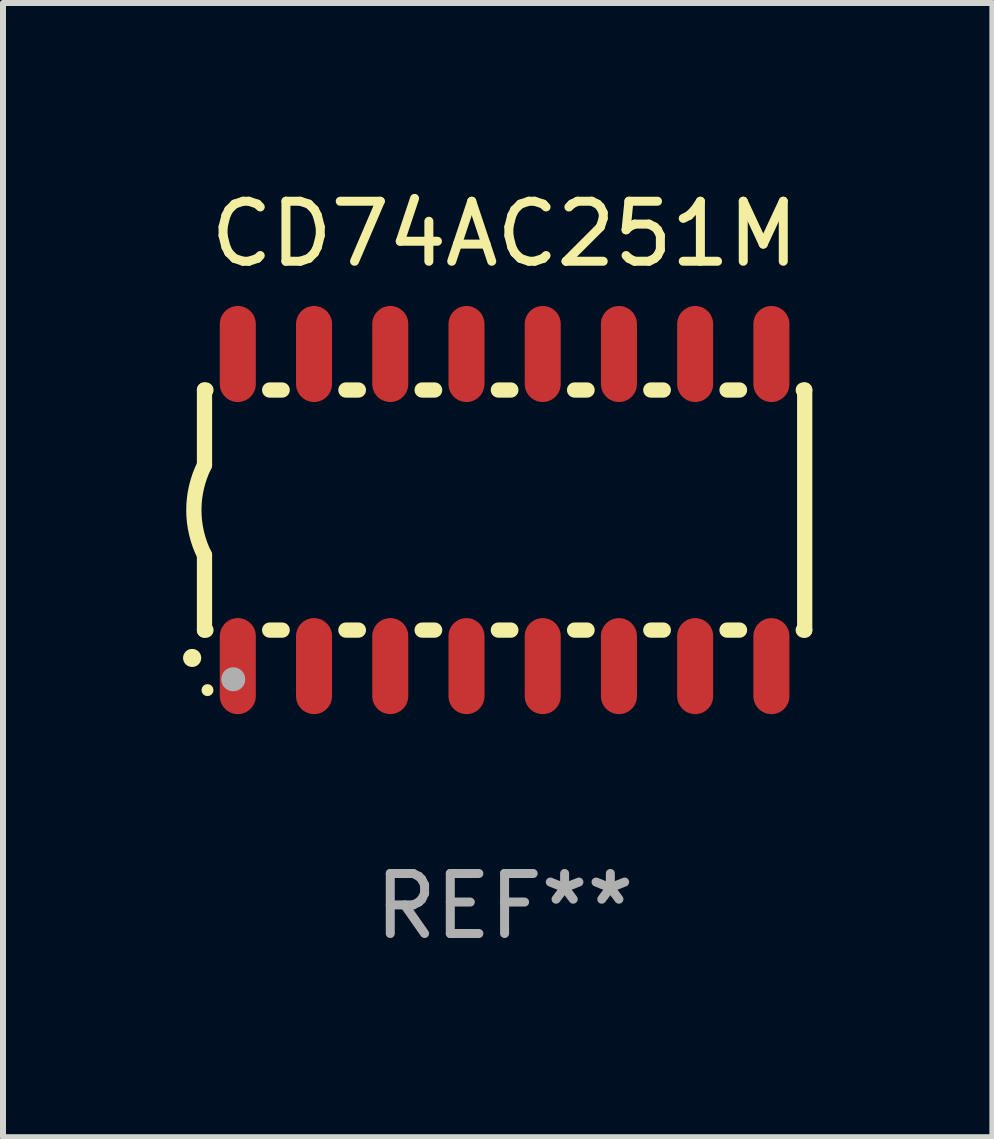
<source format=kicad_pcb>
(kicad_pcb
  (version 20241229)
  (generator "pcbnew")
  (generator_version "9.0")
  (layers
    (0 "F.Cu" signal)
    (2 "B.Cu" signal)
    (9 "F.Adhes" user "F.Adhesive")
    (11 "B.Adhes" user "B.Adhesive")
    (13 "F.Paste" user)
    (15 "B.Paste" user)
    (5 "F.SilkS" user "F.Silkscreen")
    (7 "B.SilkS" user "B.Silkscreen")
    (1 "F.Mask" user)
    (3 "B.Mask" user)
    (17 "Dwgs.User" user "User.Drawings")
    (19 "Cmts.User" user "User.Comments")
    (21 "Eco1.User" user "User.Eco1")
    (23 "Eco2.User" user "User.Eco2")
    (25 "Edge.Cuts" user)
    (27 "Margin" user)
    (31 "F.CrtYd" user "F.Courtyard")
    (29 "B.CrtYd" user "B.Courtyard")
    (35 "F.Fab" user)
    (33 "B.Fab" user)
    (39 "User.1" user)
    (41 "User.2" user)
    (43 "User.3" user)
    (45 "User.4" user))
  (footprint "CD74AC251M"
    (layer "F.Cu")
    (at 5.357 5.448)
    (property "Reference" "CD74AC251M" (at 0 -4.6 0) (layer "F.SilkS") (effects (font (size 1 1) (thickness 0.15))))
    (attr through_hole)
    (fp_line (start -5 -2) (end -5 -0.75) (stroke (width 0.254) (type solid)) (layer "F.SilkS"))
    (fp_line (start -5 -2) (end -4.976 -2) (stroke (width 0.254) (type solid)) (layer "F.SilkS"))
    (fp_line (start -5 2) (end -5 0.75) (stroke (width 0.254) (type solid)) (layer "F.SilkS"))
    (fp_line (start -5 2) (end -4.976 2) (stroke (width 0.254) (type solid)) (layer "F.SilkS"))
    (fp_line (start -3.914 -2) (end -3.706 -2) (stroke (width 0.254) (type solid)) (layer "F.SilkS"))
    (fp_line (start -3.914 2) (end -3.706 2) (stroke (width 0.254) (type solid)) (layer "F.SilkS"))
    (fp_line (start -2.644 -2) (end -2.436 -2) (stroke (width 0.254) (type solid)) (layer "F.SilkS"))
    (fp_line (start -2.644 2) (end -2.436 2) (stroke (width 0.254) (type solid)) (layer "F.SilkS"))
    (fp_line (start -1.374 -2) (end -1.166 -2) (stroke (width 0.254) (type solid)) (layer "F.SilkS"))
    (fp_line (start -1.374 2) (end -1.166 2) (stroke (width 0.254) (type solid)) (layer "F.SilkS"))
    (fp_line (start -0.104 -2) (end 0.104 -2) (stroke (width 0.254) (type solid)) (layer "F.SilkS"))
    (fp_line (start -0.104 2) (end 0.104 2) (stroke (width 0.254) (type solid)) (layer "F.SilkS"))
    (fp_line (start 1.166 -2) (end 1.374 -2) (stroke (width 0.254) (type solid)) (layer "F.SilkS"))
    (fp_line (start 1.166 2) (end 1.374 2) (stroke (width 0.254) (type solid)) (layer "F.SilkS"))
    (fp_line (start 2.436 -2) (end 2.644 -2) (stroke (width 0.254) (type solid)) (layer "F.SilkS"))
    (fp_line (start 2.436 2) (end 2.644 2) (stroke (width 0.254) (type solid)) (layer "F.SilkS"))
    (fp_line (start 3.706 -2) (end 3.914 -2) (stroke (width 0.254) (type solid)) (layer "F.SilkS"))
    (fp_line (start 3.706 2) (end 3.914 2) (stroke (width 0.254) (type solid)) (layer "F.SilkS"))
    (fp_line (start 4.976 -2) (end 5 -2) (stroke (width 0.254) (type solid)) (layer "F.SilkS"))
    (fp_line (start 4.976 2) (end 5 2) (stroke (width 0.254) (type solid)) (layer "F.SilkS"))
    (fp_line (start 5 2) (end 5 -2) (stroke (width 0.254) (type solid)) (layer "F.SilkS"))
    (fp_arc (start -5.20701 2.46383) (mid -5.20574 2.463825) (end -5.20447 2.46383) (stroke (width 0.3) (type solid)) (layer "F.SilkS"))
    (fp_arc (start -5 0.751207) (mid -5.177192 0.00061) (end -5 -0.749987) (stroke (width 0.254001) (type solid)) (layer "F.SilkS"))
    (fp_circle (center -4.95 3) (end -4.9 3) (stroke (width 0.1) (type solid)) (fill no) (layer "F.SilkS"))
    (fp_circle (center -4.521 2.819) (end -4.421 2.819) (stroke (width 0.2) (type solid)) (fill no) (layer "F.Fab"))
    (fp_text user "REF**" (at 0 6.6 0) (layer "F.Fab") (effects (font (size 1 1) (thickness 0.15))))
    (pad "1" smd oval (at -4.445 2.6 180) (size 0.6 1.6) (layers "F.Cu" "F.Mask" "F.Paste"))
    (pad "2" smd oval (at -3.175 2.6 180) (size 0.6 1.6) (layers "F.Cu" "F.Mask" "F.Paste"))
    (pad "3" smd oval (at -1.905 2.6 180) (size 0.6 1.6) (layers "F.Cu" "F.Mask" "F.Paste"))
    (pad "4" smd oval (at -0.635 2.6 180) (size 0.6 1.6) (layers "F.Cu" "F.Mask" "F.Paste"))
    (pad "5" smd oval (at 0.635 2.6 180) (size 0.6 1.6) (layers "F.Cu" "F.Mask" "F.Paste"))
    (pad "6" smd oval (at 1.905 2.6 180) (size 0.6 1.6) (layers "F.Cu" "F.Mask" "F.Paste"))
    (pad "7" smd oval (at 3.175 2.6 180) (size 0.6 1.6) (layers "F.Cu" "F.Mask" "F.Paste"))
    (pad "8" smd oval (at 4.445 2.6 180) (size 0.6 1.6) (layers "F.Cu" "F.Mask" "F.Paste"))
    (pad "9" smd oval (at 4.445 -2.6 180) (size 0.6 1.6) (layers "F.Cu" "F.Mask" "F.Paste"))
    (pad "10" smd oval (at 3.175 -2.6 180) (size 0.6 1.6) (layers "F.Cu" "F.Mask" "F.Paste"))
    (pad "11" smd oval (at 1.905 -2.6 180) (size 0.6 1.6) (layers "F.Cu" "F.Mask" "F.Paste"))
    (pad "12" smd oval (at 0.635 -2.6 180) (size 0.6 1.6) (layers "F.Cu" "F.Mask" "F.Paste"))
    (pad "13" smd oval (at -0.635 -2.6 180) (size 0.6 1.6) (layers "F.Cu" "F.Mask" "F.Paste"))
    (pad "14" smd oval (at -1.905 -2.6 180) (size 0.6 1.6) (layers "F.Cu" "F.Mask" "F.Paste"))
    (pad "15" smd oval (at -3.175 -2.6 180) (size 0.6 1.6) (layers "F.Cu" "F.Mask" "F.Paste"))
    (pad "16" smd oval (at -4.445 -2.6 180) (size 0.6 1.6) (layers "F.Cu" "F.Mask" "F.Paste")))
  (gr_rect
    (start -3 -3)
    (end 13.484 15.897)
    (stroke (width 0.1) (type default))
    (fill no)
    (layer "Edge.Cuts")))
</source>
